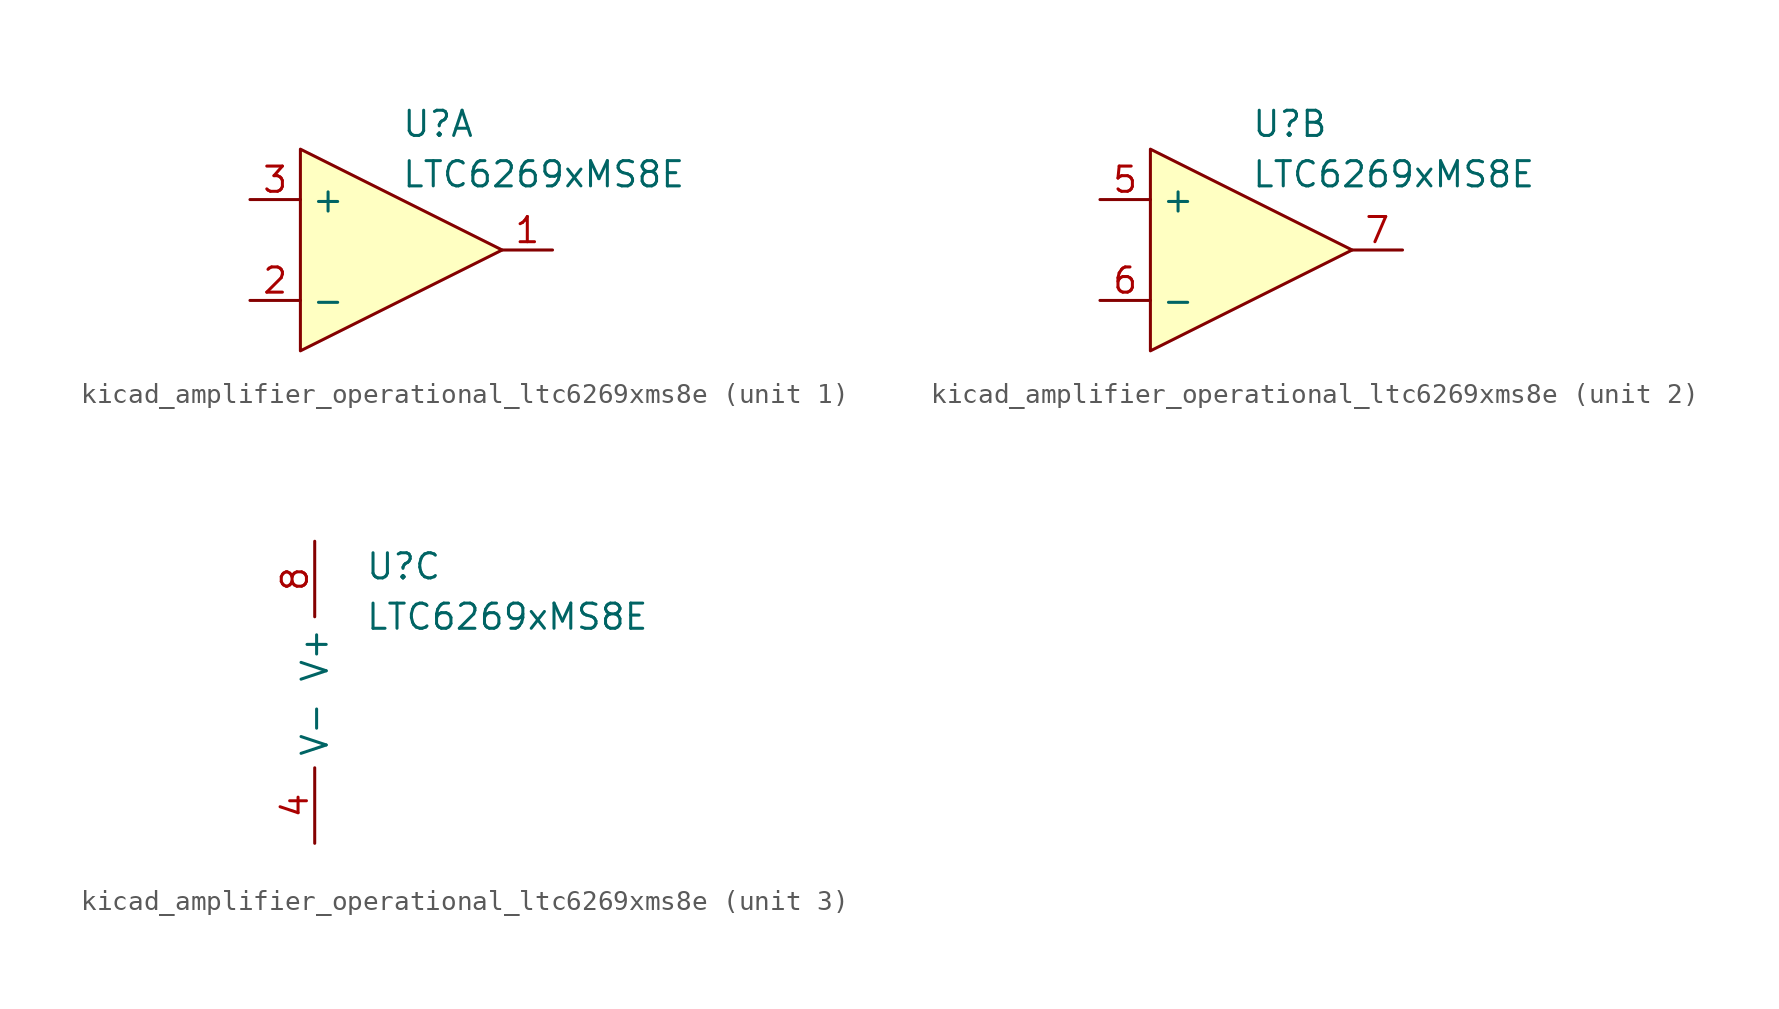
<source format=kicad_sym>
(kicad_symbol_lib
  (version 20220914)
  (generator kicad_symbol_editor)
  (symbol "kicad_amplifier_operational_ltc6269xms8e"
    (property "Reference" "U"
      (at 0 6.35 0)
      (effects (font (size 1.27 1.27)) (justify left)))
    (property "Value" "LTC6269xMS8E"
      (at 0 3.81 0)
      (effects (font (size 1.27 1.27)) (justify left)))
    (symbol "kicad_amplifier_operational_ltc6269xms8e_1_1"
      (polyline (pts (xy -5.08 5.08) (xy 5.08 0) (xy -5.08 -5.08) (xy -5.08 5.08)) (stroke (width 0) (type default)) (fill (type background)))
      (pin output line (at 7.62 0 180) (length 2.54) (name "~" (effects (font (size 1.27 1.27)))) (number "1" (effects (font (size 1.27 1.27)))))
      (pin input line (at -7.62 -2.54 0) (length 2.54) (name "-" (effects (font (size 1.27 1.27)))) (number "2" (effects (font (size 1.27 1.27)))))
      (pin input line (at -7.62 2.54 0) (length 2.54) (name "+" (effects (font (size 1.27 1.27)))) (number "3" (effects (font (size 1.27 1.27))))))
    (symbol "kicad_amplifier_operational_ltc6269xms8e_2_1"
      (polyline (pts (xy -5.08 5.08) (xy 5.08 0) (xy -5.08 -5.08) (xy -5.08 5.08)) (stroke (width 0) (type default)) (fill (type background)))
      (pin input line (at -7.62 2.54 0) (length 2.54) (name "+" (effects (font (size 1.27 1.27)))) (number "5" (effects (font (size 1.27 1.27)))))
      (pin input line (at -7.62 -2.54 0) (length 2.54) (name "-" (effects (font (size 1.27 1.27)))) (number "6" (effects (font (size 1.27 1.27)))))
      (pin output line (at 7.62 0 180) (length 2.54) (name "~" (effects (font (size 1.27 1.27)))) (number "7" (effects (font (size 1.27 1.27))))))
    (symbol "kicad_amplifier_operational_ltc6269xms8e_3_1"
      (pin power_in line (at -2.54 -7.62 90) (length 3.81) (name "V-" (effects (font (size 1.27 1.27)))) (number "4" (effects (font (size 1.27 1.27)))))
      (pin power_in line (at -2.54 7.62 270) (length 3.81) (name "V+" (effects (font (size 1.27 1.27)))) (number "8" (effects (font (size 1.27 1.27)))))
      (pin passive line (at -2.54 -7.62 90) (length 3.81) hide (name "V-" (effects (font (size 1.27 1.27)))) (number "9" (effects (font (size 1.27 1.27))))))))
</source>
